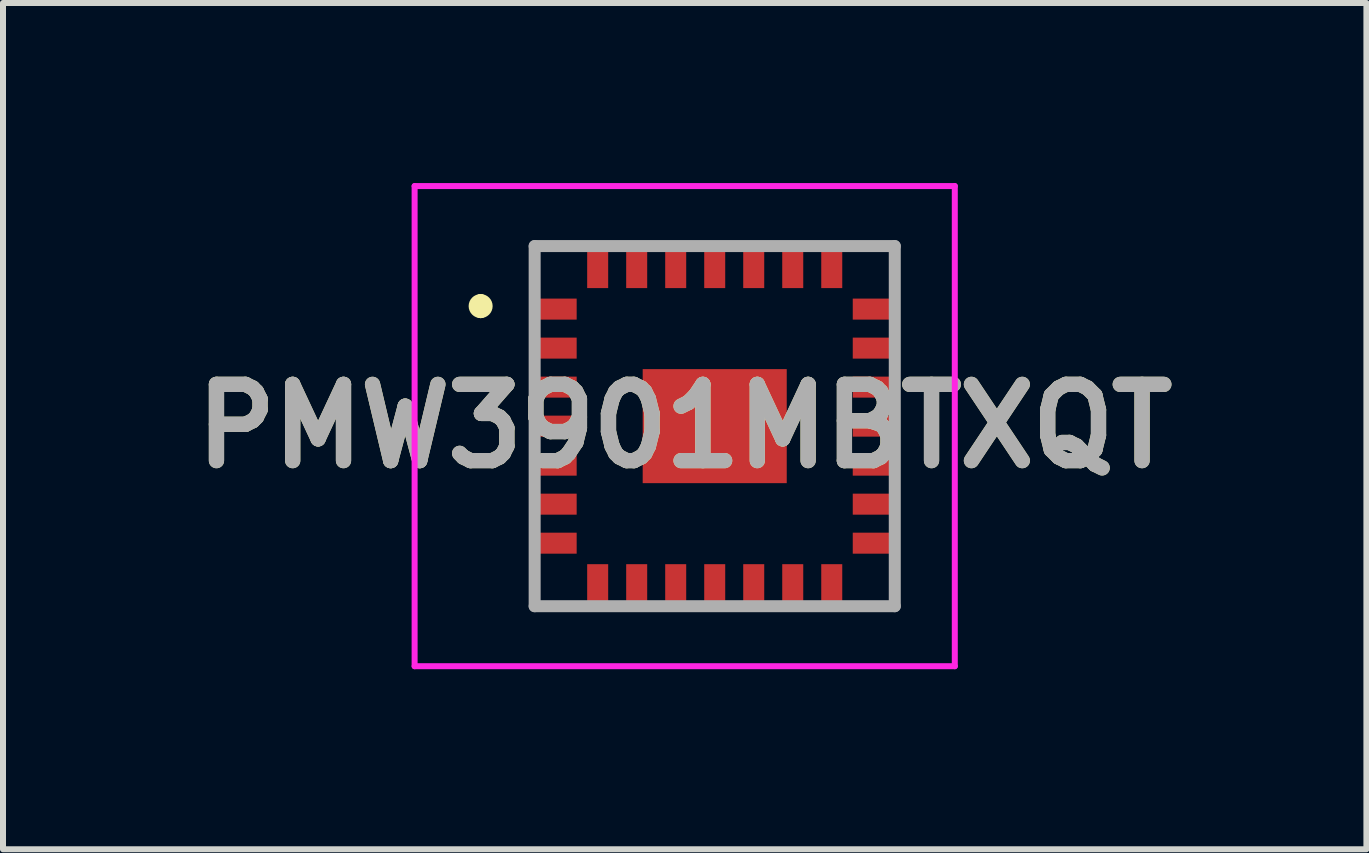
<source format=kicad_pcb>
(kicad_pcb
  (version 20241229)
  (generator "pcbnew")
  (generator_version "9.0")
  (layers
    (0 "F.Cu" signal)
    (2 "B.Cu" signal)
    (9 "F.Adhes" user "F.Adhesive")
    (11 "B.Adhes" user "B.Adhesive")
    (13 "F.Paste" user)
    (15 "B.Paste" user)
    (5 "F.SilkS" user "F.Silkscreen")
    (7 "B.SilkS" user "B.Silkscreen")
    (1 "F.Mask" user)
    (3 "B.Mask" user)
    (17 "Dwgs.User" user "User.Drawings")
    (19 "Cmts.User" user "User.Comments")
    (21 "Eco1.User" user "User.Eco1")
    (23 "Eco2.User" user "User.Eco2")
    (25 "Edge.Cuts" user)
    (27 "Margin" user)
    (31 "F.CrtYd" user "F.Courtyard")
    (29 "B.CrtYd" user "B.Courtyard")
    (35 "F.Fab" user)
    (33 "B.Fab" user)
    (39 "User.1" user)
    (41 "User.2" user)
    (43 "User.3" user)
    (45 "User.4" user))
  (footprint "PMW3901MBTXQT"
    (layer "F.Cu")
    (at 8.858 4.05)
    (property "Reference" "PMW3901MBTXQT" (at -0.5 0 0) (layer "F.SilkS") (effects (font (size 1.27 1.27) (thickness 0.254))))
    (attr smd)
    (fp_line (start -3.9 -2.1) (end -3.9 -2.1) (stroke (width 0.2) (type solid)) (layer "F.SilkS"))
    (fp_line (start -3.9 -1.9) (end -3.9 -1.9) (stroke (width 0.2) (type solid)) (layer "F.SilkS"))
    (fp_line (start -3 -3) (end -3 -2.5) (stroke (width 0.1) (type solid)) (layer "F.SilkS"))
    (fp_line (start -3 2.5) (end -3 3) (stroke (width 0.1) (type solid)) (layer "F.SilkS"))
    (fp_line (start -3 3) (end -2.5 3) (stroke (width 0.1) (type solid)) (layer "F.SilkS"))
    (fp_line (start -2.5 -3) (end -3 -3) (stroke (width 0.1) (type solid)) (layer "F.SilkS"))
    (fp_line (start 2.5 3) (end 3 3) (stroke (width 0.1) (type solid)) (layer "F.SilkS"))
    (fp_line (start 3 -3) (end 2.5 -3) (stroke (width 0.1) (type solid)) (layer "F.SilkS"))
    (fp_line (start 3 -2.5) (end 3 -3) (stroke (width 0.1) (type solid)) (layer "F.SilkS"))
    (fp_line (start 3 3) (end 3 2.65) (stroke (width 0.1) (type solid)) (layer "F.SilkS"))
    (fp_arc (start -3.9 -2.1) (mid -3.8 -2) (end -3.9 -1.9) (stroke (width 0.2) (type solid)) (layer "F.SilkS"))
    (fp_arc (start -3.9 -1.9) (mid -4 -2) (end -3.9 -2.1) (stroke (width 0.2) (type solid)) (layer "F.SilkS"))
    (fp_line (start -5 -4) (end 4 -4) (stroke (width 0.1) (type solid)) (layer "F.CrtYd"))
    (fp_line (start -5 4) (end -5 -4) (stroke (width 0.1) (type solid)) (layer "F.CrtYd"))
    (fp_line (start 4 -4) (end 4 4) (stroke (width 0.1) (type solid)) (layer "F.CrtYd"))
    (fp_line (start 4 4) (end -5 4) (stroke (width 0.1) (type solid)) (layer "F.CrtYd"))
    (fp_line (start -3 -3) (end 3 -3) (stroke (width 0.2) (type solid)) (layer "F.Fab"))
    (fp_line (start -3 3) (end -3 -3) (stroke (width 0.2) (type solid)) (layer "F.Fab"))
    (fp_line (start 3 -3) (end 3 3) (stroke (width 0.2) (type solid)) (layer "F.Fab"))
    (fp_line (start 3 3) (end -3 3) (stroke (width 0.2) (type solid)) (layer "F.Fab"))
    (fp_text user "${REFERENCE}" (at -0.5 0 0) (layer "F.Fab") (effects (font (size 1.27 1.27) (thickness 0.254))))
    (pad "1" smd rect (at -2.65 -1.95 90) (size 0.35 0.7) (layers "F.Cu" "F.Mask" "F.Paste"))
    (pad "2" smd rect (at -2.65 -1.3 90) (size 0.35 0.7) (layers "F.Cu" "F.Mask" "F.Paste"))
    (pad "3" smd rect (at -2.65 -0.65 90) (size 0.35 0.7) (layers "F.Cu" "F.Mask" "F.Paste"))
    (pad "4" smd rect (at -2.65 0 90) (size 0.35 0.7) (layers "F.Cu" "F.Mask" "F.Paste"))
    (pad "5" smd rect (at -2.65 0.65 90) (size 0.35 0.7) (layers "F.Cu" "F.Mask" "F.Paste"))
    (pad "6" smd rect (at -2.65 1.3 90) (size 0.35 0.7) (layers "F.Cu" "F.Mask" "F.Paste"))
    (pad "7" smd rect (at -2.65 1.95 90) (size 0.35 0.7) (layers "F.Cu" "F.Mask" "F.Paste"))
    (pad "8" smd rect (at -1.95 2.65) (size 0.35 0.7) (layers "F.Cu" "F.Mask" "F.Paste"))
    (pad "9" smd rect (at -1.3 2.65) (size 0.35 0.7) (layers "F.Cu" "F.Mask" "F.Paste"))
    (pad "10" smd rect (at -0.65 2.65) (size 0.35 0.7) (layers "F.Cu" "F.Mask" "F.Paste"))
    (pad "11" smd rect (at 0 2.65) (size 0.35 0.7) (layers "F.Cu" "F.Mask" "F.Paste"))
    (pad "12" smd rect (at 0.65 2.65) (size 0.35 0.7) (layers "F.Cu" "F.Mask" "F.Paste"))
    (pad "13" smd rect (at 1.3 2.65) (size 0.35 0.7) (layers "F.Cu" "F.Mask" "F.Paste"))
    (pad "14" smd rect (at 1.95 2.65) (size 0.35 0.7) (layers "F.Cu" "F.Mask" "F.Paste"))
    (pad "15" smd rect (at 2.65 1.95 90) (size 0.35 0.7) (layers "F.Cu" "F.Mask" "F.Paste"))
    (pad "16" smd rect (at 2.65 1.3 90) (size 0.35 0.7) (layers "F.Cu" "F.Mask" "F.Paste"))
    (pad "17" smd rect (at 2.65 0.65 90) (size 0.35 0.7) (layers "F.Cu" "F.Mask" "F.Paste"))
    (pad "18" smd rect (at 2.65 0 90) (size 0.35 0.7) (layers "F.Cu" "F.Mask" "F.Paste"))
    (pad "19" smd rect (at 2.65 -0.65 90) (size 0.35 0.7) (layers "F.Cu" "F.Mask" "F.Paste"))
    (pad "20" smd rect (at 2.65 -1.3 90) (size 0.35 0.7) (layers "F.Cu" "F.Mask" "F.Paste"))
    (pad "21" smd rect (at 2.65 -1.95 90) (size 0.35 0.7) (layers "F.Cu" "F.Mask" "F.Paste"))
    (pad "22" smd rect (at 1.95 -2.65) (size 0.35 0.7) (layers "F.Cu" "F.Mask" "F.Paste"))
    (pad "23" smd rect (at 1.3 -2.65) (size 0.35 0.7) (layers "F.Cu" "F.Mask" "F.Paste"))
    (pad "24" smd rect (at 0.65 -2.65) (size 0.35 0.7) (layers "F.Cu" "F.Mask" "F.Paste"))
    (pad "25" smd rect (at 0 -2.65) (size 0.35 0.7) (layers "F.Cu" "F.Mask" "F.Paste"))
    (pad "26" smd rect (at -0.65 -2.65) (size 0.35 0.7) (layers "F.Cu" "F.Mask" "F.Paste"))
    (pad "27" smd rect (at -1.3 -2.65) (size 0.35 0.7) (layers "F.Cu" "F.Mask" "F.Paste"))
    (pad "28" smd rect (at -1.95 -2.65) (size 0.35 0.7) (layers "F.Cu" "F.Mask" "F.Paste"))
    (pad "29" smd rect (at 0 0 90) (size 1.9 2.4) (layers "F.Cu" "F.Mask" "F.Paste")))
  (gr_rect
    (start -3 -3)
    (end 19.716 11.1)
    (stroke (width 0.1) (type default))
    (fill no)
    (layer "Edge.Cuts")))
</source>
